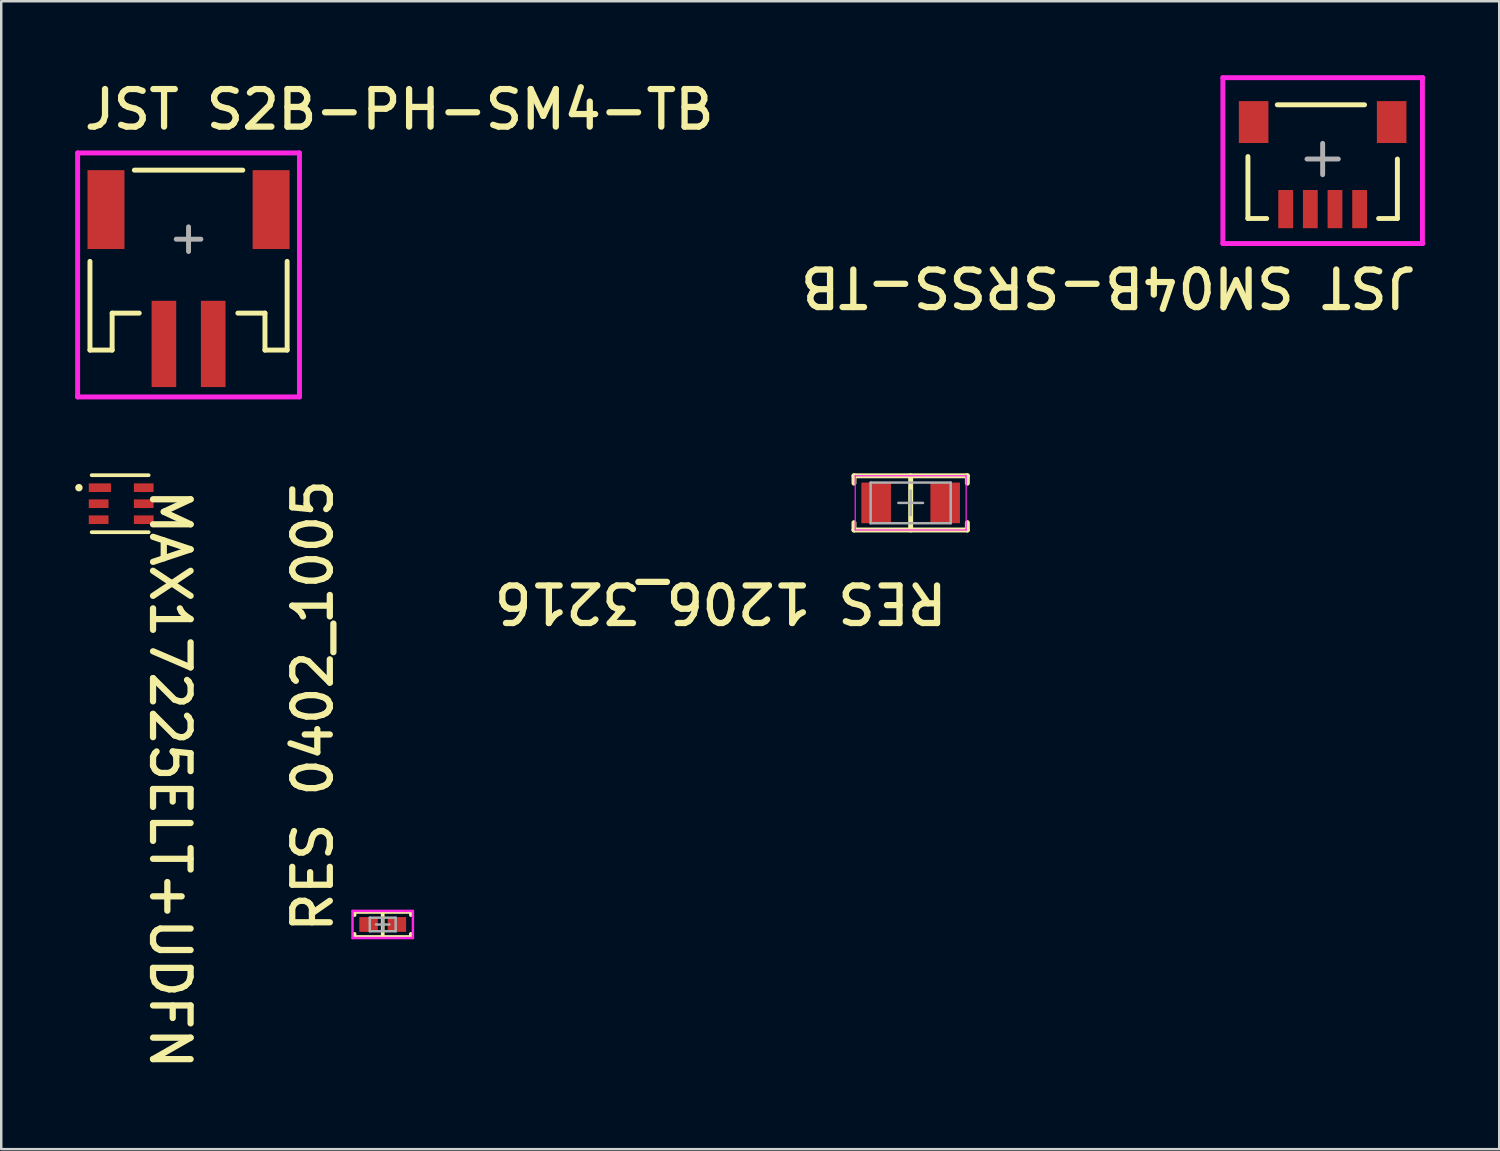
<source format=kicad_pcb>
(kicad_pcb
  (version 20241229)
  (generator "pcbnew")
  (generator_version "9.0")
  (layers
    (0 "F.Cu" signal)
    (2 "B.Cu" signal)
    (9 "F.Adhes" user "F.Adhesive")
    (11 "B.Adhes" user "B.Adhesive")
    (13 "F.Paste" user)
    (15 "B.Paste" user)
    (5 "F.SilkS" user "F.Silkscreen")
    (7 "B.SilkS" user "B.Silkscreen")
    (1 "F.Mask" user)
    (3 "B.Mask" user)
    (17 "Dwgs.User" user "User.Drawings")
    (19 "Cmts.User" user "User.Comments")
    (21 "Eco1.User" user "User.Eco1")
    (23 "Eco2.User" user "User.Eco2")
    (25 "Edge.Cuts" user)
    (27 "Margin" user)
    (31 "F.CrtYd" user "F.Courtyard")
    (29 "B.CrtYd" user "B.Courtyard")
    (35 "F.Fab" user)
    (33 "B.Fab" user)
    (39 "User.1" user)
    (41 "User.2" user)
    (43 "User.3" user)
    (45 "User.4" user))
  (footprint "JST SM04B-SRSS-TB"
    (layer "F.Cu")
    (at 50.613 3.402)
    (property "Reference" "JST SM04B-SRSS-TB" (at 3.912 4.283 180) (unlocked yes) (layer "F.SilkS") (effects (font (size 1.524 1.524) (thickness 0.254)) (justify left bottom)))
    (fp_line (start -3.032 -0.1) (end -3.032 2.413) (stroke (width 0.2) (type solid)) (layer "F.SilkS"))
    (fp_line (start -2.27 2.413) (end -3.032 2.413) (stroke (width 0.2) (type solid)) (layer "F.SilkS"))
    (fp_line (start 1.7 -2.2) (end -1.84 -2.2) (stroke (width 0.2) (type solid)) (layer "F.SilkS"))
    (fp_line (start 3.032 0) (end 3.032 2.413) (stroke (width 0.2) (type solid)) (layer "F.SilkS"))
    (fp_line (start 3.032 2.413) (end 2.27 2.413) (stroke (width 0.2) (type solid)) (layer "F.SilkS"))
    (fp_line (start -4.048 -3.302) (end -4.048 3.429) (stroke (width 0.2) (type solid)) (layer "F.CrtYd"))
    (fp_line (start 4.048 -3.302) (end 4.048 3.429) (stroke (width 0.2) (type solid)) (layer "F.CrtYd"))
    (fp_line (start 4.064 -3.302) (end -4.048 -3.302) (stroke (width 0.2) (type solid)) (layer "F.CrtYd"))
    (fp_line (start 4.064 3.429) (end -4.048 3.429) (stroke (width 0.2) (type solid)) (layer "F.CrtYd"))
    (fp_line (start 0 -0.635) (end 0 0.635) (stroke (width 0.2) (type solid)) (layer "F.Fab"))
    (fp_line (start 0.635 0) (end -0.635 0) (stroke (width 0.2) (type solid)) (layer "F.Fab"))
    (pad "1" smd rect (at -1.5 2.032 90) (size 1.55 0.6) (layers "F.Cu" "F.Mask" "F.Paste"))
    (pad "2" smd rect (at -0.5 2.032 90) (size 1.55 0.6) (layers "F.Cu" "F.Mask" "F.Paste"))
    (pad "3" smd rect (at 0.5 2.032 90) (size 1.55 0.6) (layers "F.Cu" "F.Mask" "F.Paste"))
    (pad "4" smd rect (at 1.5 2.032 90) (size 1.55 0.6) (layers "F.Cu" "F.Mask" "F.Paste"))
    (pad "M" smd rect (at -2.8 -1.5 90) (size 1.7 1.2) (layers "F.Cu" "F.Mask" "F.Paste"))
    (pad "M" smd rect (at 2.8 -1.5 90) (size 1.7 1.2) (layers "F.Cu" "F.Mask" "F.Paste")))
  (footprint "JST S2B-PH-SM4-TB"
    (layer "F.Cu")
    (at 4.6 6.654)
    (property "Reference" "JST S2B-PH-SM4-TB" (at -4.354 -4.368 0) (unlocked yes) (layer "F.SilkS") (effects (font (size 1.524 1.524) (thickness 0.254)) (justify left bottom)))
    (fp_line (start -4 4.5) (end -4 0.9) (stroke (width 0.2) (type solid)) (layer "F.SilkS"))
    (fp_line (start -4 4.5) (end -3.1 4.5) (stroke (width 0.2) (type solid)) (layer "F.SilkS"))
    (fp_line (start -3.1 3) (end -2 3) (stroke (width 0.2) (type solid)) (layer "F.SilkS"))
    (fp_line (start -3.1 4.5) (end -3.1 3) (stroke (width 0.2) (type solid)) (layer "F.SilkS"))
    (fp_line (start -2.2 -2.8) (end 2.2 -2.8) (stroke (width 0.2) (type solid)) (layer "F.SilkS"))
    (fp_line (start 2 3) (end 3.1 3) (stroke (width 0.2) (type solid)) (layer "F.SilkS"))
    (fp_line (start 3.1 4.5) (end 3.1 3) (stroke (width 0.2) (type solid)) (layer "F.SilkS"))
    (fp_line (start 3.1 4.5) (end 4 4.5) (stroke (width 0.2) (type solid)) (layer "F.SilkS"))
    (fp_line (start 4 4.5) (end 4 0.9) (stroke (width 0.2) (type solid)) (layer "F.SilkS"))
    (fp_line (start -4.5 -3.5) (end 4.5 -3.5) (stroke (width 0.2) (type solid)) (layer "F.CrtYd"))
    (fp_line (start -4.5 6.4) (end -4.5 -3.5) (stroke (width 0.2) (type solid)) (layer "F.CrtYd"))
    (fp_line (start -4.5 6.4) (end 4.5 6.4) (stroke (width 0.2) (type solid)) (layer "F.CrtYd"))
    (fp_line (start 4.5 6.4) (end 4.5 -3.5) (stroke (width 0.2) (type solid)) (layer "F.CrtYd"))
    (fp_line (start -0.5 0) (end 0.5 0) (stroke (width 0.2) (type solid)) (layer "F.Fab"))
    (fp_line (start 0 0.5) (end 0 -0.5) (stroke (width 0.2) (type solid)) (layer "F.Fab"))
    (pad "1" smd rect (at -1 4.25) (size 1 3.5) (layers "F.Cu" "F.Mask" "F.Paste"))
    (pad "2" smd rect (at 1 4.25) (size 1 3.5) (layers "F.Cu" "F.Mask" "F.Paste"))
    (pad "M" smd rect (at -3.35 -1.2 180) (size 1.5 3.2) (layers "F.Cu" "F.Mask" "F.Paste"))
    (pad "M" smd rect (at 3.35 -1.2) (size 1.5 3.2) (layers "F.Cu" "F.Mask" "F.Paste")))
  (footprint "RES 0402_1005"
    (layer "F.Cu")
    (at 12.478 34.458)
    (property "Reference" "RES 0402_1005" (at -1.947 0.441 90) (unlocked yes) (layer "F.SilkS") (effects (font (size 1.524 1.524) (thickness 0.254)) (justify left bottom)))
    (fp_line (start -1.143 -0.508) (end -1.143 -0.381) (stroke (width 0.15) (type solid)) (layer "F.SilkS"))
    (fp_line (start -1.143 0.381) (end -1.143 0.508) (stroke (width 0.15) (type solid)) (layer "F.SilkS"))
    (fp_line (start 0 -0.508) (end 0 0.508) (stroke (width 0.15) (type solid)) (layer "F.SilkS"))
    (fp_line (start 1.143 -0.508) (end -1.143 -0.508) (stroke (width 0.15) (type solid)) (layer "F.SilkS"))
    (fp_line (start 1.143 -0.508) (end 1.143 -0.381) (stroke (width 0.15) (type solid)) (layer "F.SilkS"))
    (fp_line (start 1.143 0.381) (end 1.143 0.508) (stroke (width 0.15) (type solid)) (layer "F.SilkS"))
    (fp_line (start 1.143 0.508) (end -1.143 0.508) (stroke (width 0.15) (type solid)) (layer "F.SilkS"))
    (fp_line (start -1.225 -0.55) (end -1.225 0.55) (stroke (width 0.1) (type solid)) (layer "F.CrtYd"))
    (fp_line (start 1.225 -0.55) (end -1.225 -0.55) (stroke (width 0.1) (type solid)) (layer "F.CrtYd"))
    (fp_line (start 1.225 -0.55) (end 1.225 0.55) (stroke (width 0.1) (type solid)) (layer "F.CrtYd"))
    (fp_line (start 1.225 0.55) (end -1.225 0.55) (stroke (width 0.1) (type solid)) (layer "F.CrtYd"))
    (fp_line (start -0.525 -0.275) (end -0.525 0.275) (stroke (width 0.1) (type solid)) (layer "F.Fab"))
    (fp_line (start 0 -0.275) (end 0 0.275) (stroke (width 0.1) (type solid)) (layer "F.Fab"))
    (fp_line (start 0.275 0) (end -0.275 0) (stroke (width 0.1) (type solid)) (layer "F.Fab"))
    (fp_line (start 0.525 -0.275) (end -0.525 -0.275) (stroke (width 0.1) (type solid)) (layer "F.Fab"))
    (fp_line (start 0.525 -0.275) (end 0.525 0.275) (stroke (width 0.1) (type solid)) (layer "F.Fab"))
    (fp_line (start 0.525 0.275) (end -0.525 0.275) (stroke (width 0.1) (type solid)) (layer "F.Fab"))
    (pad "1" smd rect (at -0.575 0 90) (size 0.6 0.75) (layers "F.Cu" "F.Mask" "F.Paste"))
    (pad "2" smd rect (at 0.575 0 90) (size 0.6 0.75) (layers "F.Cu" "F.Mask" "F.Paste")))
  (footprint "RES 1206_3216"
    (layer "F.Cu")
    (at 33.898 17.354)
    (property "Reference" "RES 1206_3216" (at 1.6 3.15 180) (unlocked yes) (layer "F.SilkS") (effects (font (size 1.524 1.524) (thickness 0.254)) (justify left bottom)))
    (fp_line (start -2.3 -1.1) (end -2.3 -0.8) (stroke (width 0.2) (type solid)) (layer "F.SilkS"))
    (fp_line (start -2.3 -1.1) (end 2.3 -1.1) (stroke (width 0.2) (type solid)) (layer "F.SilkS"))
    (fp_line (start -2.3 0.8) (end -2.3 1.1) (stroke (width 0.2) (type solid)) (layer "F.SilkS"))
    (fp_line (start -2.3 1.1) (end 2.3 1.1) (stroke (width 0.2) (type solid)) (layer "F.SilkS"))
    (fp_line (start 0 -1.1) (end 0 1.1) (stroke (width 0.2) (type solid)) (layer "F.SilkS"))
    (fp_line (start 2.3 -1.1) (end 2.3 -0.8) (stroke (width 0.2) (type solid)) (layer "F.SilkS"))
    (fp_line (start 2.3 0.8) (end 2.3 1.1) (stroke (width 0.2) (type solid)) (layer "F.SilkS"))
    (fp_line (start -2.25 -1.1) (end -2.25 1.1) (stroke (width 0.05) (type solid)) (layer "F.CrtYd"))
    (fp_line (start -2.25 -1.1) (end 2.25 -1.1) (stroke (width 0.05) (type solid)) (layer "F.CrtYd"))
    (fp_line (start -2.25 1.1) (end 2.25 1.1) (stroke (width 0.05) (type solid)) (layer "F.CrtYd"))
    (fp_line (start 2.25 -1.1) (end 2.25 1.1) (stroke (width 0.05) (type solid)) (layer "F.CrtYd"))
    (fp_line (start -1.625 -0.825) (end -1.625 0.825) (stroke (width 0.1) (type solid)) (layer "F.Fab"))
    (fp_line (start -1.625 -0.825) (end 1.625 -0.825) (stroke (width 0.1) (type solid)) (layer "F.Fab"))
    (fp_line (start -1.625 0.825) (end 1.625 0.825) (stroke (width 0.1) (type solid)) (layer "F.Fab"))
    (fp_line (start -0.5 0) (end 0.5 0) (stroke (width 0.1) (type solid)) (layer "F.Fab"))
    (fp_line (start 0 -0.5) (end 0 0.5) (stroke (width 0.1) (type solid)) (layer "F.Fab"))
    (fp_line (start 1.625 -0.825) (end 1.625 0.825) (stroke (width 0.1) (type solid)) (layer "F.Fab"))
    (pad "1" smd rect (at -1.4 0 90) (size 1.65 1.2) (layers "F.Cu" "F.Mask" "F.Paste"))
    (pad "2" smd rect (at 1.4 0 90) (size 1.65 1.2) (layers "F.Cu" "F.Mask" "F.Paste")))
  (footprint "MAX17225ELT+UDFN"
    (layer "F.Cu")
    (at 0.952 16.736)
    (property "Reference" "MAX17225ELT+UDFN" (at 2.007 -0.06 270) (unlocked yes) (layer "F.SilkS") (effects (font (size 1.524 1.524) (thickness 0.254)) (justify left bottom)))
    (fp_line (start -0.283 -0.506) (end 2.029 -0.506) (stroke (width 0.152) (type solid)) (layer "F.SilkS"))
    (fp_line (start -0.283 1.806) (end 2.029 1.806) (stroke (width 0.152) (type solid)) (layer "F.SilkS"))
    (fp_circle (center -0.8 0) (end -0.724 0) (stroke (width 0.152) (type solid)) (fill no) (layer "F.SilkS"))
    (pad "1" smd rect (at 0.05 0 90) (size 0.35 0.9) (layers "F.Cu" "F.Mask" "F.Paste"))
    (pad "2" smd rect (at 0 0.65 90) (size 0.35 0.8) (layers "F.Cu" "F.Mask" "F.Paste"))
    (pad "3" smd rect (at 0 1.3 90) (size 0.35 0.8) (layers "F.Cu" "F.Mask" "F.Paste"))
    (pad "4" smd rect (at 1.83 1.3 90) (size 0.35 0.8) (layers "F.Cu" "F.Mask" "F.Paste"))
    (pad "5" smd rect (at 1.83 0.65 90) (size 0.35 0.8) (layers "F.Cu" "F.Mask" "F.Paste"))
    (pad "6" smd rect (at 1.83 0 90) (size 0.35 0.8) (layers "F.Cu" "F.Mask" "F.Paste")))
  (gr_rect
    (start -3 -3)
    (end 57.777 43.574)
    (stroke (width 0.1) (type default))
    (fill no)
    (layer "Edge.Cuts")))
</source>
